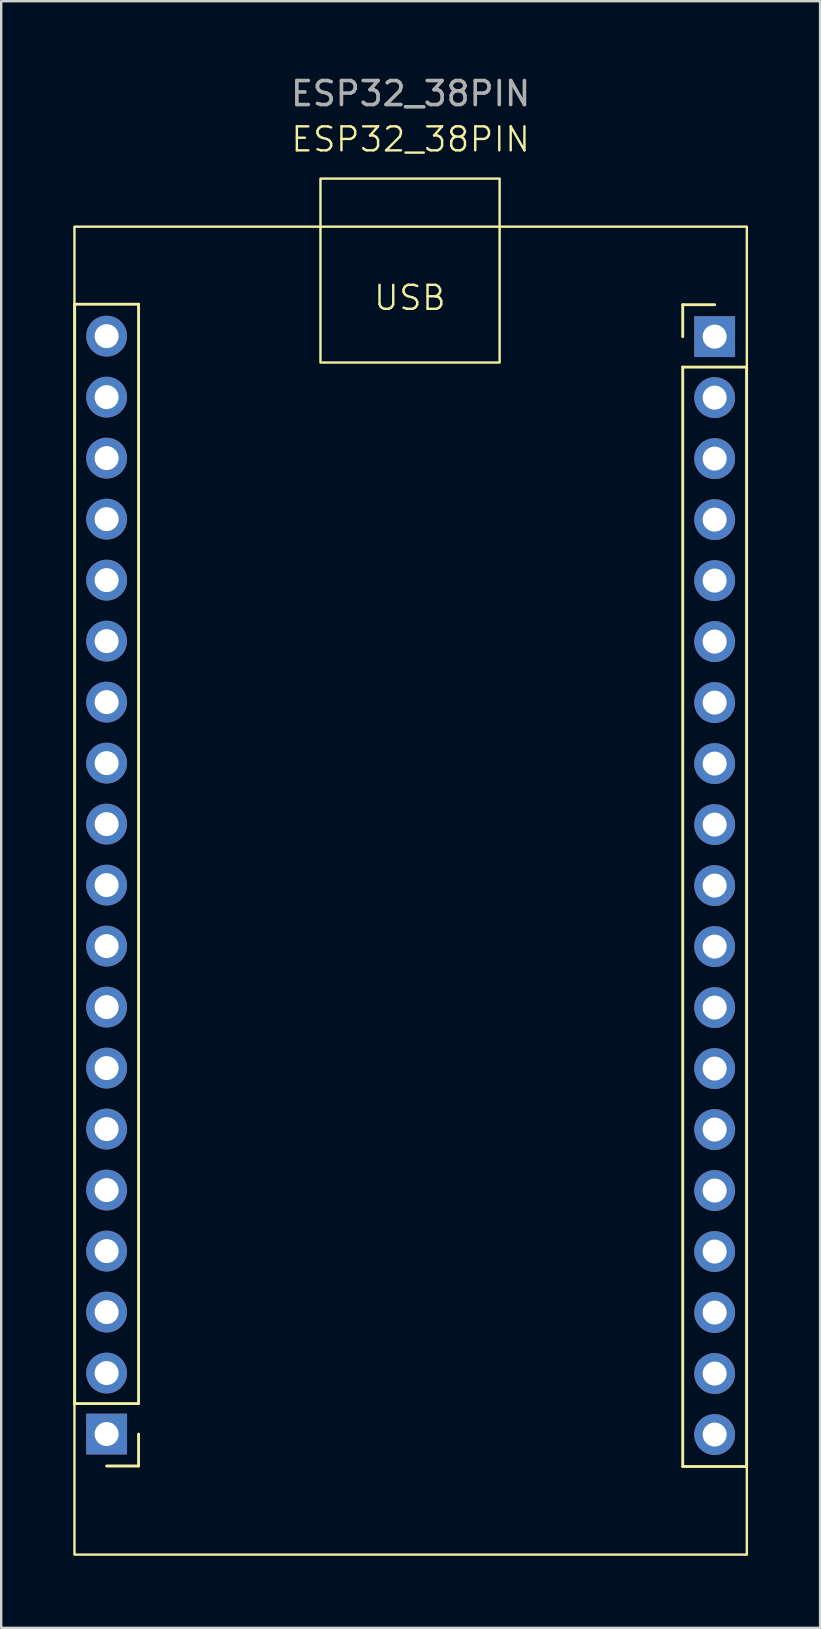
<source format=kicad_pcb>
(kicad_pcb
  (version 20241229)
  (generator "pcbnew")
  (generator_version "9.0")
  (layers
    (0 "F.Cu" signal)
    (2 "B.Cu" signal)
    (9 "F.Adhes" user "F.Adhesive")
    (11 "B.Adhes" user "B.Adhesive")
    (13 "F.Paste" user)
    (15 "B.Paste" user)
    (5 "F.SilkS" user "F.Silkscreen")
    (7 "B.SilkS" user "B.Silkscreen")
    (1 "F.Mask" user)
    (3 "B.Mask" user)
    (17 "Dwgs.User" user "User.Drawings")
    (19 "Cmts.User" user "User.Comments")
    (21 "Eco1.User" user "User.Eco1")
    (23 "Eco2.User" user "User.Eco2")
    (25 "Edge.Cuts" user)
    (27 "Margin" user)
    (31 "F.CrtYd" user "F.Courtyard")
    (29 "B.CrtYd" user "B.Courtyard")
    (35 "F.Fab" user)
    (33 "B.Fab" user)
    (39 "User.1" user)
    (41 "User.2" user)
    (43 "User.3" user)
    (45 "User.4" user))
  (footprint "ESP32_38PIN"
    (layer "F.Cu")
    (at 14.05 34.038)
    (property "Reference" "ESP32_38PIN" (at 0 -31.285 0) (unlocked yes) (layer "F.SilkS") (effects (font (size 1 1) (thickness 0.1))))
    (attr through_hole)
    (fp_line (start -13.99 21.36) (end -13.99 -24.42) (stroke (width 0.12) (type solid)) (layer "F.SilkS"))
    (fp_line (start -11.33 -24.42) (end -13.99 -24.42) (stroke (width 0.12) (type solid)) (layer "F.SilkS"))
    (fp_line (start -11.33 21.36) (end -13.99 21.36) (stroke (width 0.12) (type solid)) (layer "F.SilkS"))
    (fp_line (start -11.33 21.36) (end -11.33 -24.42) (stroke (width 0.12) (type solid)) (layer "F.SilkS"))
    (fp_line (start -11.33 22.63) (end -11.33 23.96) (stroke (width 0.12) (type solid)) (layer "F.SilkS"))
    (fp_line (start -11.33 23.96) (end -12.66 23.96) (stroke (width 0.12) (type solid)) (layer "F.SilkS"))
    (fp_line (start 11.33 -24.4) (end 12.66 -24.4) (stroke (width 0.12) (type solid)) (layer "F.SilkS"))
    (fp_line (start 11.33 -23.07) (end 11.33 -24.4) (stroke (width 0.12) (type solid)) (layer "F.SilkS"))
    (fp_line (start 11.33 -21.8) (end 11.33 23.98) (stroke (width 0.12) (type solid)) (layer "F.SilkS"))
    (fp_line (start 11.33 -21.8) (end 13.99 -21.8) (stroke (width 0.12) (type solid)) (layer "F.SilkS"))
    (fp_line (start 11.33 23.98) (end 13.99 23.98) (stroke (width 0.12) (type solid)) (layer "F.SilkS"))
    (fp_line (start 13.99 -21.8) (end 13.99 23.98) (stroke (width 0.12) (type solid)) (layer "F.SilkS"))
    (fp_rect (start -14 -27.65) (end 14 27.65) (stroke (width 0.1) (type default)) (fill no) (layer "F.SilkS"))
    (fp_rect (start -3.755 -29.65) (end 3.705 -21.99) (stroke (width 0.1) (type default)) (fill no) (layer "F.SilkS"))
    (fp_text user "USB" (at -1.6 -24.1 0) (unlocked yes) (layer "F.SilkS") (effects (font (size 1 1) (thickness 0.1)) (justify left bottom)))
    (fp_text user "${REFERENCE}" (at 0 -33.19 0) (unlocked yes) (layer "F.Fab") (effects (font (size 1 1) (thickness 0.15))))
    (pad "1" thru_hole rect (at 12.66 -23.07) (size 1.7 1.7) (drill 1) (layers "*.Cu" "*.Mask"))
    (pad "2" thru_hole oval (at 12.66 -20.53) (size 1.7 1.7) (drill 1) (layers "*.Cu" "*.Mask"))
    (pad "3" thru_hole oval (at 12.66 -17.99) (size 1.7 1.7) (drill 1) (layers "*.Cu" "*.Mask"))
    (pad "4" thru_hole oval (at 12.66 -15.45) (size 1.7 1.7) (drill 1) (layers "*.Cu" "*.Mask"))
    (pad "5" thru_hole oval (at 12.66 -12.91) (size 1.7 1.7) (drill 1) (layers "*.Cu" "*.Mask"))
    (pad "6" thru_hole oval (at 12.66 -10.37) (size 1.7 1.7) (drill 1) (layers "*.Cu" "*.Mask"))
    (pad "7" thru_hole oval (at 12.66 -7.83) (size 1.7 1.7) (drill 1) (layers "*.Cu" "*.Mask"))
    (pad "8" thru_hole oval (at 12.66 -5.29) (size 1.7 1.7) (drill 1) (layers "*.Cu" "*.Mask"))
    (pad "9" thru_hole oval (at 12.66 -2.75) (size 1.7 1.7) (drill 1) (layers "*.Cu" "*.Mask"))
    (pad "10" thru_hole oval (at 12.66 -0.21) (size 1.7 1.7) (drill 1) (layers "*.Cu" "*.Mask"))
    (pad "11" thru_hole oval (at 12.66 2.33) (size 1.7 1.7) (drill 1) (layers "*.Cu" "*.Mask"))
    (pad "12" thru_hole oval (at 12.66 4.87) (size 1.7 1.7) (drill 1) (layers "*.Cu" "*.Mask"))
    (pad "13" thru_hole oval (at 12.66 7.41) (size 1.7 1.7) (drill 1) (layers "*.Cu" "*.Mask"))
    (pad "14" thru_hole oval (at 12.66 9.95) (size 1.7 1.7) (drill 1) (layers "*.Cu" "*.Mask"))
    (pad "15" thru_hole oval (at 12.66 12.49) (size 1.7 1.7) (drill 1) (layers "*.Cu" "*.Mask"))
    (pad "16" thru_hole oval (at 12.66 15.03) (size 1.7 1.7) (drill 1) (layers "*.Cu" "*.Mask"))
    (pad "17" thru_hole oval (at 12.66 17.57) (size 1.7 1.7) (drill 1) (layers "*.Cu" "*.Mask"))
    (pad "18" thru_hole oval (at 12.66 20.11) (size 1.7 1.7) (drill 1) (layers "*.Cu" "*.Mask"))
    (pad "19" thru_hole oval (at 12.66 22.65) (size 1.7 1.7) (drill 1) (layers "*.Cu" "*.Mask"))
    (pad "20" thru_hole rect (at -12.66 22.63 180) (size 1.7 1.7) (drill 1) (layers "*.Cu" "*.Mask"))
    (pad "21" thru_hole oval (at -12.66 20.09 180) (size 1.7 1.7) (drill 1) (layers "*.Cu" "*.Mask"))
    (pad "22" thru_hole oval (at -12.66 17.55 180) (size 1.7 1.7) (drill 1) (layers "*.Cu" "*.Mask"))
    (pad "23" thru_hole oval (at -12.66 15.01 180) (size 1.7 1.7) (drill 1) (layers "*.Cu" "*.Mask"))
    (pad "24" thru_hole oval (at -12.66 12.47 180) (size 1.7 1.7) (drill 1) (layers "*.Cu" "*.Mask"))
    (pad "25" thru_hole oval (at -12.66 9.93 180) (size 1.7 1.7) (drill 1) (layers "*.Cu" "*.Mask"))
    (pad "26" thru_hole oval (at -12.66 7.39 180) (size 1.7 1.7) (drill 1) (layers "*.Cu" "*.Mask"))
    (pad "27" thru_hole oval (at -12.66 4.85 180) (size 1.7 1.7) (drill 1) (layers "*.Cu" "*.Mask"))
    (pad "28" thru_hole oval (at -12.66 2.31 180) (size 1.7 1.7) (drill 1) (layers "*.Cu" "*.Mask"))
    (pad "29" thru_hole oval (at -12.66 -0.23 180) (size 1.7 1.7) (drill 1) (layers "*.Cu" "*.Mask"))
    (pad "30" thru_hole oval (at -12.66 -2.77 180) (size 1.7 1.7) (drill 1) (layers "*.Cu" "*.Mask"))
    (pad "31" thru_hole oval (at -12.66 -5.31 180) (size 1.7 1.7) (drill 1) (layers "*.Cu" "*.Mask"))
    (pad "32" thru_hole oval (at -12.66 -7.85 180) (size 1.7 1.7) (drill 1) (layers "*.Cu" "*.Mask"))
    (pad "33" thru_hole oval (at -12.66 -10.39 180) (size 1.7 1.7) (drill 1) (layers "*.Cu" "*.Mask"))
    (pad "34" thru_hole oval (at -12.66 -12.93 180) (size 1.7 1.7) (drill 1) (layers "*.Cu" "*.Mask"))
    (pad "35" thru_hole oval (at -12.66 -15.47 180) (size 1.7 1.7) (drill 1) (layers "*.Cu" "*.Mask"))
    (pad "36" thru_hole oval (at -12.66 -18.01 180) (size 1.7 1.7) (drill 1) (layers "*.Cu" "*.Mask"))
    (pad "37" thru_hole oval (at -12.66 -20.55 180) (size 1.7 1.7) (drill 1) (layers "*.Cu" "*.Mask"))
    (pad "38" thru_hole oval (at -12.66 -23.09 180) (size 1.7 1.7) (drill 1) (layers "*.Cu" "*.Mask")))
  (gr_rect
    (start -3 -3)
    (end 31.1 64.738)
    (stroke (width 0.1) (type default))
    (fill no)
    (layer "Edge.Cuts")))
</source>
